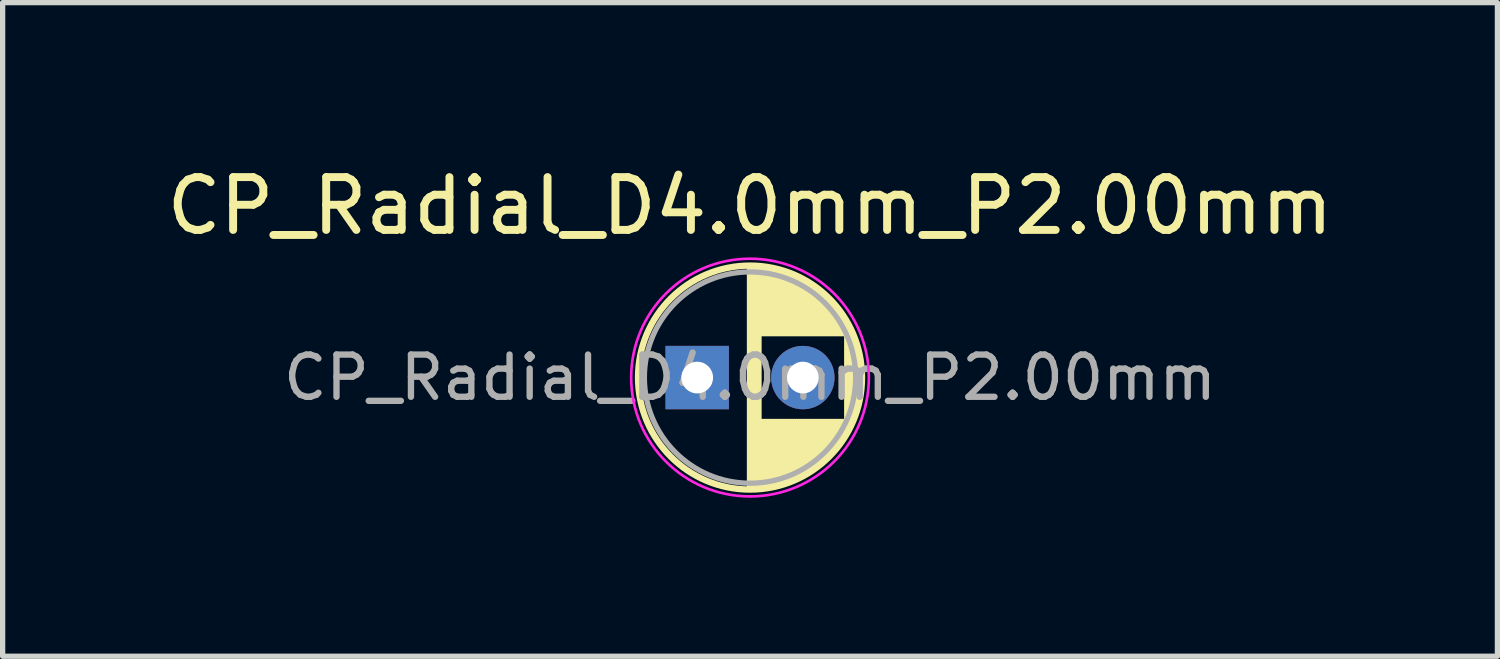
<source format=kicad_pcb>
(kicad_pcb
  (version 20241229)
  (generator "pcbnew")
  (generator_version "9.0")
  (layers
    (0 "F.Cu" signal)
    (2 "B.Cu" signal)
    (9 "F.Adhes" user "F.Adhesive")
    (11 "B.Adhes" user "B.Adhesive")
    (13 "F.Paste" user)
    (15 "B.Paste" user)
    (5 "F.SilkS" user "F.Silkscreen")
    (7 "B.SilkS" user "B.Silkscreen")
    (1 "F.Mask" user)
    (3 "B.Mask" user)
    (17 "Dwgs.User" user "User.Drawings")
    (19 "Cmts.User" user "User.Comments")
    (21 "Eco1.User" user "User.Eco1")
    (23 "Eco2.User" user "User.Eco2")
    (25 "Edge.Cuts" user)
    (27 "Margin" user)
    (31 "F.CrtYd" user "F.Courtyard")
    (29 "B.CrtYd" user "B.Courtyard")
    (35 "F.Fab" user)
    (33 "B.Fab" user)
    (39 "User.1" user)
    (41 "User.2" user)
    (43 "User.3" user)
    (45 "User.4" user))
  (footprint "CP_Radial_D4.0mm_P2.00mm"
    (layer "F.Cu")
    (at 10.149 4.098)
    (property "Reference" "CP_Radial_D4.0mm_P2.00mm" (at 1 -3.25 0) (layer "F.SilkS") (effects (font (size 1 1) (thickness 0.15))))
    (attr through_hole)
    (fp_line (start 1 -2.08) (end 1 2.08) (stroke (width 0.12) (type solid)) (layer "F.SilkS"))
    (fp_line (start 1.04 -2.08) (end 1.04 2.08) (stroke (width 0.12) (type solid)) (layer "F.SilkS"))
    (fp_line (start 1.08 -2.079) (end 1.08 2.079) (stroke (width 0.12) (type solid)) (layer "F.SilkS"))
    (fp_line (start 1.12 -2.077) (end 1.12 2.077) (stroke (width 0.12) (type solid)) (layer "F.SilkS"))
    (fp_line (start 1.16 -2.074) (end 1.16 2.074) (stroke (width 0.12) (type solid)) (layer "F.SilkS"))
    (fp_line (start 1.2 -2.071) (end 1.2 -0.84) (stroke (width 0.12) (type solid)) (layer "F.SilkS"))
    (fp_line (start 1.2 0.84) (end 1.2 2.071) (stroke (width 0.12) (type solid)) (layer "F.SilkS"))
    (fp_line (start 1.24 -2.067) (end 1.24 -0.84) (stroke (width 0.12) (type solid)) (layer "F.SilkS"))
    (fp_line (start 1.24 0.84) (end 1.24 2.067) (stroke (width 0.12) (type solid)) (layer "F.SilkS"))
    (fp_line (start 1.28 -2.062) (end 1.28 -0.84) (stroke (width 0.12) (type solid)) (layer "F.SilkS"))
    (fp_line (start 1.28 0.84) (end 1.28 2.062) (stroke (width 0.12) (type solid)) (layer "F.SilkS"))
    (fp_line (start 1.32 -2.056) (end 1.32 -0.84) (stroke (width 0.12) (type solid)) (layer "F.SilkS"))
    (fp_line (start 1.32 0.84) (end 1.32 2.056) (stroke (width 0.12) (type solid)) (layer "F.SilkS"))
    (fp_line (start 1.36 -2.05) (end 1.36 -0.84) (stroke (width 0.12) (type solid)) (layer "F.SilkS"))
    (fp_line (start 1.36 0.84) (end 1.36 2.05) (stroke (width 0.12) (type solid)) (layer "F.SilkS"))
    (fp_line (start 1.4 -2.042) (end 1.4 -0.84) (stroke (width 0.12) (type solid)) (layer "F.SilkS"))
    (fp_line (start 1.4 0.84) (end 1.4 2.042) (stroke (width 0.12) (type solid)) (layer "F.SilkS"))
    (fp_line (start 1.44 -2.034) (end 1.44 -0.84) (stroke (width 0.12) (type solid)) (layer "F.SilkS"))
    (fp_line (start 1.44 0.84) (end 1.44 2.034) (stroke (width 0.12) (type solid)) (layer "F.SilkS"))
    (fp_line (start 1.48 -2.025) (end 1.48 -0.84) (stroke (width 0.12) (type solid)) (layer "F.SilkS"))
    (fp_line (start 1.48 0.84) (end 1.48 2.025) (stroke (width 0.12) (type solid)) (layer "F.SilkS"))
    (fp_line (start 1.52 -2.016) (end 1.52 -0.84) (stroke (width 0.12) (type solid)) (layer "F.SilkS"))
    (fp_line (start 1.52 0.84) (end 1.52 2.016) (stroke (width 0.12) (type solid)) (layer "F.SilkS"))
    (fp_line (start 1.56 -2.005) (end 1.56 -0.84) (stroke (width 0.12) (type solid)) (layer "F.SilkS"))
    (fp_line (start 1.56 0.84) (end 1.56 2.005) (stroke (width 0.12) (type solid)) (layer "F.SilkS"))
    (fp_line (start 1.6 -1.994) (end 1.6 -0.84) (stroke (width 0.12) (type solid)) (layer "F.SilkS"))
    (fp_line (start 1.6 0.84) (end 1.6 1.994) (stroke (width 0.12) (type solid)) (layer "F.SilkS"))
    (fp_line (start 1.64 -1.982) (end 1.64 -0.84) (stroke (width 0.12) (type solid)) (layer "F.SilkS"))
    (fp_line (start 1.64 0.84) (end 1.64 1.982) (stroke (width 0.12) (type solid)) (layer "F.SilkS"))
    (fp_line (start 1.68 -1.968) (end 1.68 -0.84) (stroke (width 0.12) (type solid)) (layer "F.SilkS"))
    (fp_line (start 1.68 0.84) (end 1.68 1.968) (stroke (width 0.12) (type solid)) (layer "F.SilkS"))
    (fp_line (start 1.721 -1.954) (end 1.721 -0.84) (stroke (width 0.12) (type solid)) (layer "F.SilkS"))
    (fp_line (start 1.721 0.84) (end 1.721 1.954) (stroke (width 0.12) (type solid)) (layer "F.SilkS"))
    (fp_line (start 1.761 -1.94) (end 1.761 -0.84) (stroke (width 0.12) (type solid)) (layer "F.SilkS"))
    (fp_line (start 1.761 0.84) (end 1.761 1.94) (stroke (width 0.12) (type solid)) (layer "F.SilkS"))
    (fp_line (start 1.801 -1.924) (end 1.801 -0.84) (stroke (width 0.12) (type solid)) (layer "F.SilkS"))
    (fp_line (start 1.801 0.84) (end 1.801 1.924) (stroke (width 0.12) (type solid)) (layer "F.SilkS"))
    (fp_line (start 1.841 -1.907) (end 1.841 -0.84) (stroke (width 0.12) (type solid)) (layer "F.SilkS"))
    (fp_line (start 1.841 0.84) (end 1.841 1.907) (stroke (width 0.12) (type solid)) (layer "F.SilkS"))
    (fp_line (start 1.881 -1.889) (end 1.881 -0.84) (stroke (width 0.12) (type solid)) (layer "F.SilkS"))
    (fp_line (start 1.881 0.84) (end 1.881 1.889) (stroke (width 0.12) (type solid)) (layer "F.SilkS"))
    (fp_line (start 1.921 -1.87) (end 1.921 -0.84) (stroke (width 0.12) (type solid)) (layer "F.SilkS"))
    (fp_line (start 1.921 0.84) (end 1.921 1.87) (stroke (width 0.12) (type solid)) (layer "F.SilkS"))
    (fp_line (start 1.961 -1.851) (end 1.961 -0.84) (stroke (width 0.12) (type solid)) (layer "F.SilkS"))
    (fp_line (start 1.961 0.84) (end 1.961 1.851) (stroke (width 0.12) (type solid)) (layer "F.SilkS"))
    (fp_line (start 2.001 -1.83) (end 2.001 -0.84) (stroke (width 0.12) (type solid)) (layer "F.SilkS"))
    (fp_line (start 2.001 0.84) (end 2.001 1.83) (stroke (width 0.12) (type solid)) (layer "F.SilkS"))
    (fp_line (start 2.041 -1.808) (end 2.041 -0.84) (stroke (width 0.12) (type solid)) (layer "F.SilkS"))
    (fp_line (start 2.041 0.84) (end 2.041 1.808) (stroke (width 0.12) (type solid)) (layer "F.SilkS"))
    (fp_line (start 2.081 -1.785) (end 2.081 -0.84) (stroke (width 0.12) (type solid)) (layer "F.SilkS"))
    (fp_line (start 2.081 0.84) (end 2.081 1.785) (stroke (width 0.12) (type solid)) (layer "F.SilkS"))
    (fp_line (start 2.121 -1.76) (end 2.121 -0.84) (stroke (width 0.12) (type solid)) (layer "F.SilkS"))
    (fp_line (start 2.121 0.84) (end 2.121 1.76) (stroke (width 0.12) (type solid)) (layer "F.SilkS"))
    (fp_line (start 2.161 -1.735) (end 2.161 -0.84) (stroke (width 0.12) (type solid)) (layer "F.SilkS"))
    (fp_line (start 2.161 0.84) (end 2.161 1.735) (stroke (width 0.12) (type solid)) (layer "F.SilkS"))
    (fp_line (start 2.201 -1.708) (end 2.201 -0.84) (stroke (width 0.12) (type solid)) (layer "F.SilkS"))
    (fp_line (start 2.201 0.84) (end 2.201 1.708) (stroke (width 0.12) (type solid)) (layer "F.SilkS"))
    (fp_line (start 2.241 -1.68) (end 2.241 -0.84) (stroke (width 0.12) (type solid)) (layer "F.SilkS"))
    (fp_line (start 2.241 0.84) (end 2.241 1.68) (stroke (width 0.12) (type solid)) (layer "F.SilkS"))
    (fp_line (start 2.281 -1.65) (end 2.281 -0.84) (stroke (width 0.12) (type solid)) (layer "F.SilkS"))
    (fp_line (start 2.281 0.84) (end 2.281 1.65) (stroke (width 0.12) (type solid)) (layer "F.SilkS"))
    (fp_line (start 2.321 -1.619) (end 2.321 -0.84) (stroke (width 0.12) (type solid)) (layer "F.SilkS"))
    (fp_line (start 2.321 0.84) (end 2.321 1.619) (stroke (width 0.12) (type solid)) (layer "F.SilkS"))
    (fp_line (start 2.361 -1.587) (end 2.361 -0.84) (stroke (width 0.12) (type solid)) (layer "F.SilkS"))
    (fp_line (start 2.361 0.84) (end 2.361 1.587) (stroke (width 0.12) (type solid)) (layer "F.SilkS"))
    (fp_line (start 2.401 -1.552) (end 2.401 -0.84) (stroke (width 0.12) (type solid)) (layer "F.SilkS"))
    (fp_line (start 2.401 0.84) (end 2.401 1.552) (stroke (width 0.12) (type solid)) (layer "F.SilkS"))
    (fp_line (start 2.441 -1.516) (end 2.441 -0.84) (stroke (width 0.12) (type solid)) (layer "F.SilkS"))
    (fp_line (start 2.441 0.84) (end 2.441 1.516) (stroke (width 0.12) (type solid)) (layer "F.SilkS"))
    (fp_line (start 2.481 -1.478) (end 2.481 -0.84) (stroke (width 0.12) (type solid)) (layer "F.SilkS"))
    (fp_line (start 2.481 0.84) (end 2.481 1.478) (stroke (width 0.12) (type solid)) (layer "F.SilkS"))
    (fp_line (start 2.521 -1.438) (end 2.521 -0.84) (stroke (width 0.12) (type solid)) (layer "F.SilkS"))
    (fp_line (start 2.521 0.84) (end 2.521 1.438) (stroke (width 0.12) (type solid)) (layer "F.SilkS"))
    (fp_line (start 2.561 -1.396) (end 2.561 -0.84) (stroke (width 0.12) (type solid)) (layer "F.SilkS"))
    (fp_line (start 2.561 0.84) (end 2.561 1.396) (stroke (width 0.12) (type solid)) (layer "F.SilkS"))
    (fp_line (start 2.601 -1.351) (end 2.601 -0.84) (stroke (width 0.12) (type solid)) (layer "F.SilkS"))
    (fp_line (start 2.601 0.84) (end 2.601 1.351) (stroke (width 0.12) (type solid)) (layer "F.SilkS"))
    (fp_line (start 2.641 -1.304) (end 2.641 -0.84) (stroke (width 0.12) (type solid)) (layer "F.SilkS"))
    (fp_line (start 2.641 0.84) (end 2.641 1.304) (stroke (width 0.12) (type solid)) (layer "F.SilkS"))
    (fp_line (start 2.681 -1.254) (end 2.681 -0.84) (stroke (width 0.12) (type solid)) (layer "F.SilkS"))
    (fp_line (start 2.681 0.84) (end 2.681 1.254) (stroke (width 0.12) (type solid)) (layer "F.SilkS"))
    (fp_line (start 2.721 -1.2) (end 2.721 -0.84) (stroke (width 0.12) (type solid)) (layer "F.SilkS"))
    (fp_line (start 2.721 0.84) (end 2.721 1.2) (stroke (width 0.12) (type solid)) (layer "F.SilkS"))
    (fp_line (start 2.761 -1.142) (end 2.761 -0.84) (stroke (width 0.12) (type solid)) (layer "F.SilkS"))
    (fp_line (start 2.761 0.84) (end 2.761 1.142) (stroke (width 0.12) (type solid)) (layer "F.SilkS"))
    (fp_line (start 2.801 -1.08) (end 2.801 -0.84) (stroke (width 0.12) (type solid)) (layer "F.SilkS"))
    (fp_line (start 2.801 0.84) (end 2.801 1.08) (stroke (width 0.12) (type solid)) (layer "F.SilkS"))
    (fp_line (start 2.841 -1.013) (end 2.841 1.013) (stroke (width 0.12) (type solid)) (layer "F.SilkS"))
    (fp_line (start 2.881 -0.94) (end 2.881 0.94) (stroke (width 0.12) (type solid)) (layer "F.SilkS"))
    (fp_line (start 2.921 -0.859) (end 2.921 0.859) (stroke (width 0.12) (type solid)) (layer "F.SilkS"))
    (fp_line (start 2.961 -0.768) (end 2.961 0.768) (stroke (width 0.12) (type solid)) (layer "F.SilkS"))
    (fp_line (start 3.001 -0.664) (end 3.001 0.664) (stroke (width 0.12) (type solid)) (layer "F.SilkS"))
    (fp_line (start 3.041 -0.537) (end 3.041 0.537) (stroke (width 0.12) (type solid)) (layer "F.SilkS"))
    (fp_line (start 3.081 -0.37) (end 3.081 0.37) (stroke (width 0.12) (type solid)) (layer "F.SilkS"))
    (fp_circle (center 1 0) (end 3.12 0) (stroke (width 0.12) (type solid)) (fill no) (layer "F.SilkS"))
    (fp_circle (center 1 0) (end 3.25 0) (stroke (width 0.05) (type solid)) (fill no) (layer "F.CrtYd"))
    (fp_circle (center 1 0) (end 3 0) (stroke (width 0.1) (type solid)) (fill no) (layer "F.Fab"))
    (fp_text user "${REFERENCE}" (at 1 0 0) (layer "F.Fab") (effects (font (size 0.8 0.8) (thickness 0.12))))
    (pad "1" thru_hole rect (at 0 0) (size 1.2 1.2) (drill 0.6) (layers "*.Cu" "*.Mask"))
    (pad "2" thru_hole circle (at 2 0) (size 1.2 1.2) (drill 0.6) (layers "*.Cu" "*.Mask")))
  (gr_rect
    (start -3 -3)
    (end 25.298 9.373)
    (stroke (width 0.1) (type default))
    (fill no)
    (layer "Edge.Cuts")))
</source>
